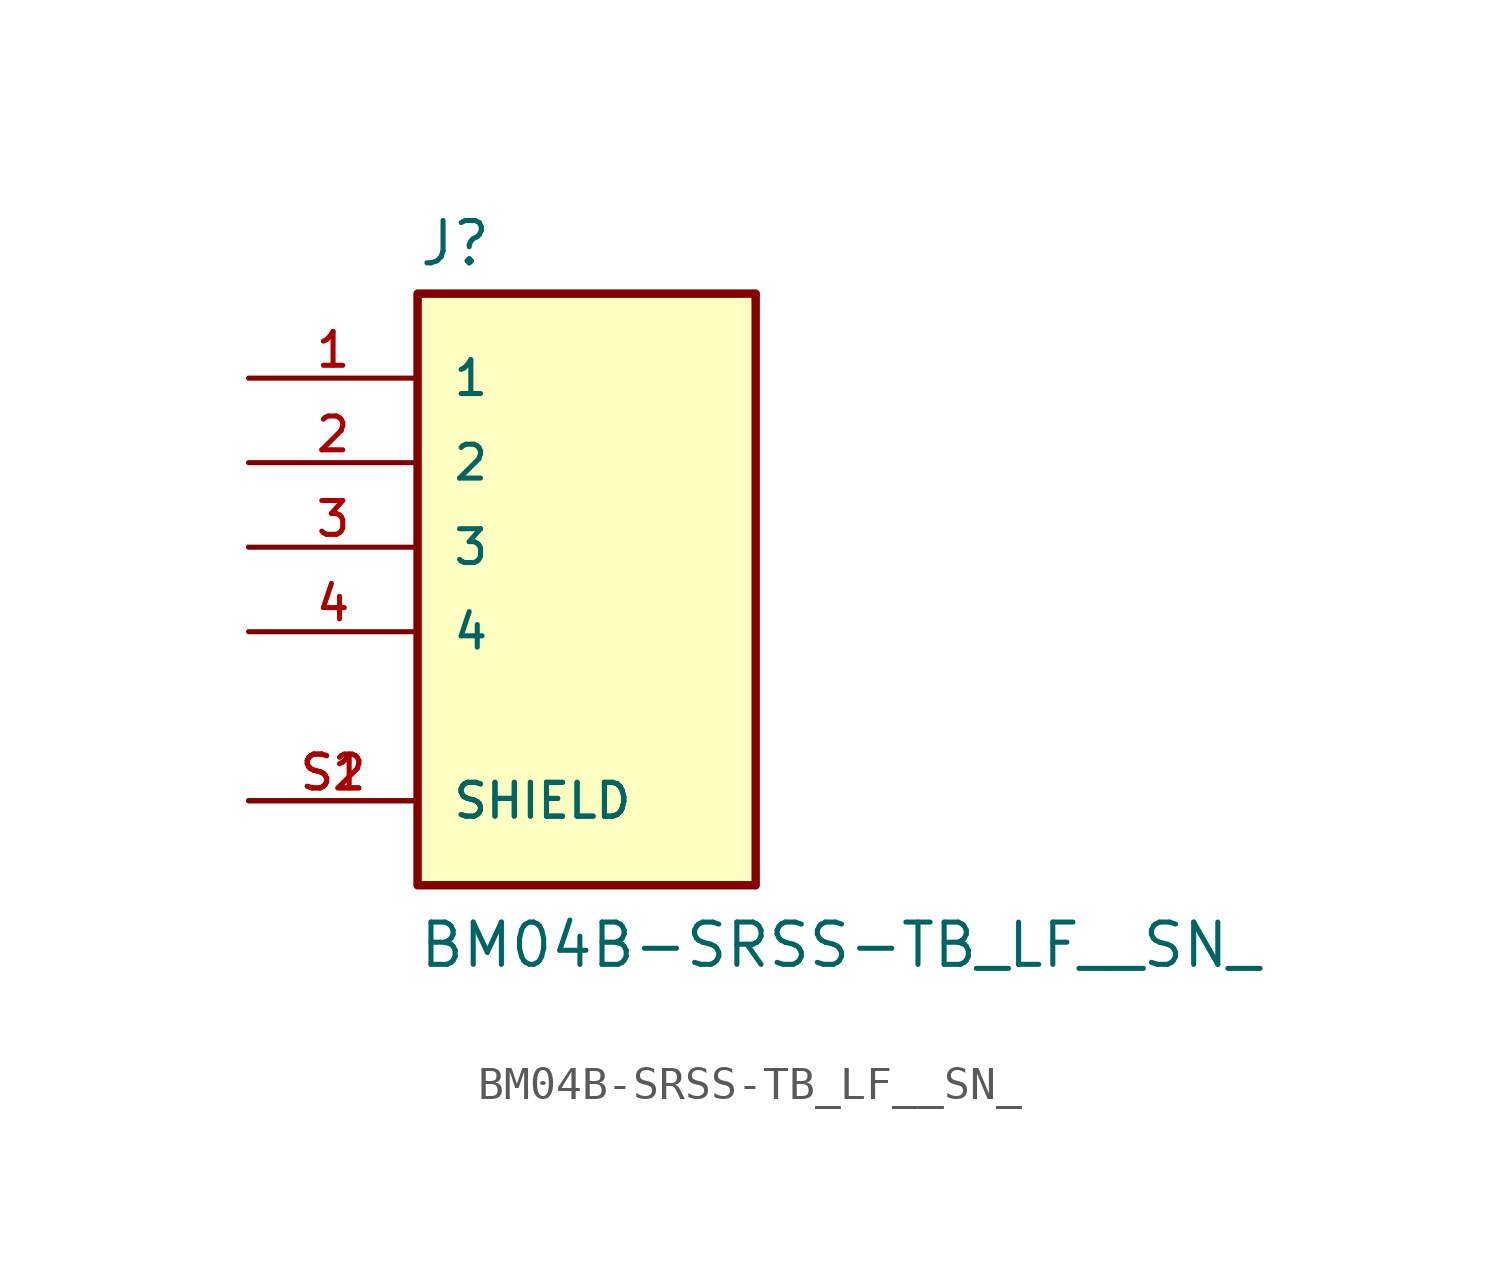
<source format=kicad_sym>
(kicad_symbol_lib
  (version 20211014)
  (generator kicad_symbol_editor)
  (symbol "BM04B-SRSS-TB_LF__SN_"
    (pin_names
      (offset 1.016))
    (property "Reference" "J"
      (at -5.08 10.922 0)
      (effects (font (size 1.27 1.27)) (justify bottom left)))
    (property "Value" "BM04B-SRSS-TB_LF__SN_"
      (at -5.08 -10.16 0)
      (effects (font (size 1.27 1.27)) (justify bottom left)))
    (symbol "BM04B-SRSS-TB_LF__SN__0_0"
      (rectangle (start -5.08 -7.62) (end 5.08 10.16) (stroke (width 0.254)) (fill (type background)))
      (pin passive line (at -10.16 7.62 0) (length 5.08) (name "1" (effects (font (size 1.016 1.016)))) (number "1" (effects (font (size 1.016 1.016)))))
      (pin passive line (at -10.16 5.08 0) (length 5.08) (name "2" (effects (font (size 1.016 1.016)))) (number "2" (effects (font (size 1.016 1.016)))))
      (pin passive line (at -10.16 2.54 0) (length 5.08) (name "3" (effects (font (size 1.016 1.016)))) (number "3" (effects (font (size 1.016 1.016)))))
      (pin passive line (at -10.16 0.0 0) (length 5.08) (name "4" (effects (font (size 1.016 1.016)))) (number "4" (effects (font (size 1.016 1.016)))))
      (pin passive line (at -10.16 -5.08 0) (length 5.08) (name "SHIELD" (effects (font (size 1.016 1.016)))) (number "S1" (effects (font (size 1.016 1.016)))))
      (pin passive line (at -10.16 -5.08 0) (length 5.08) (name "SHIELD" (effects (font (size 1.016 1.016)))) (number "S2" (effects (font (size 1.016 1.016))))))))
</source>
